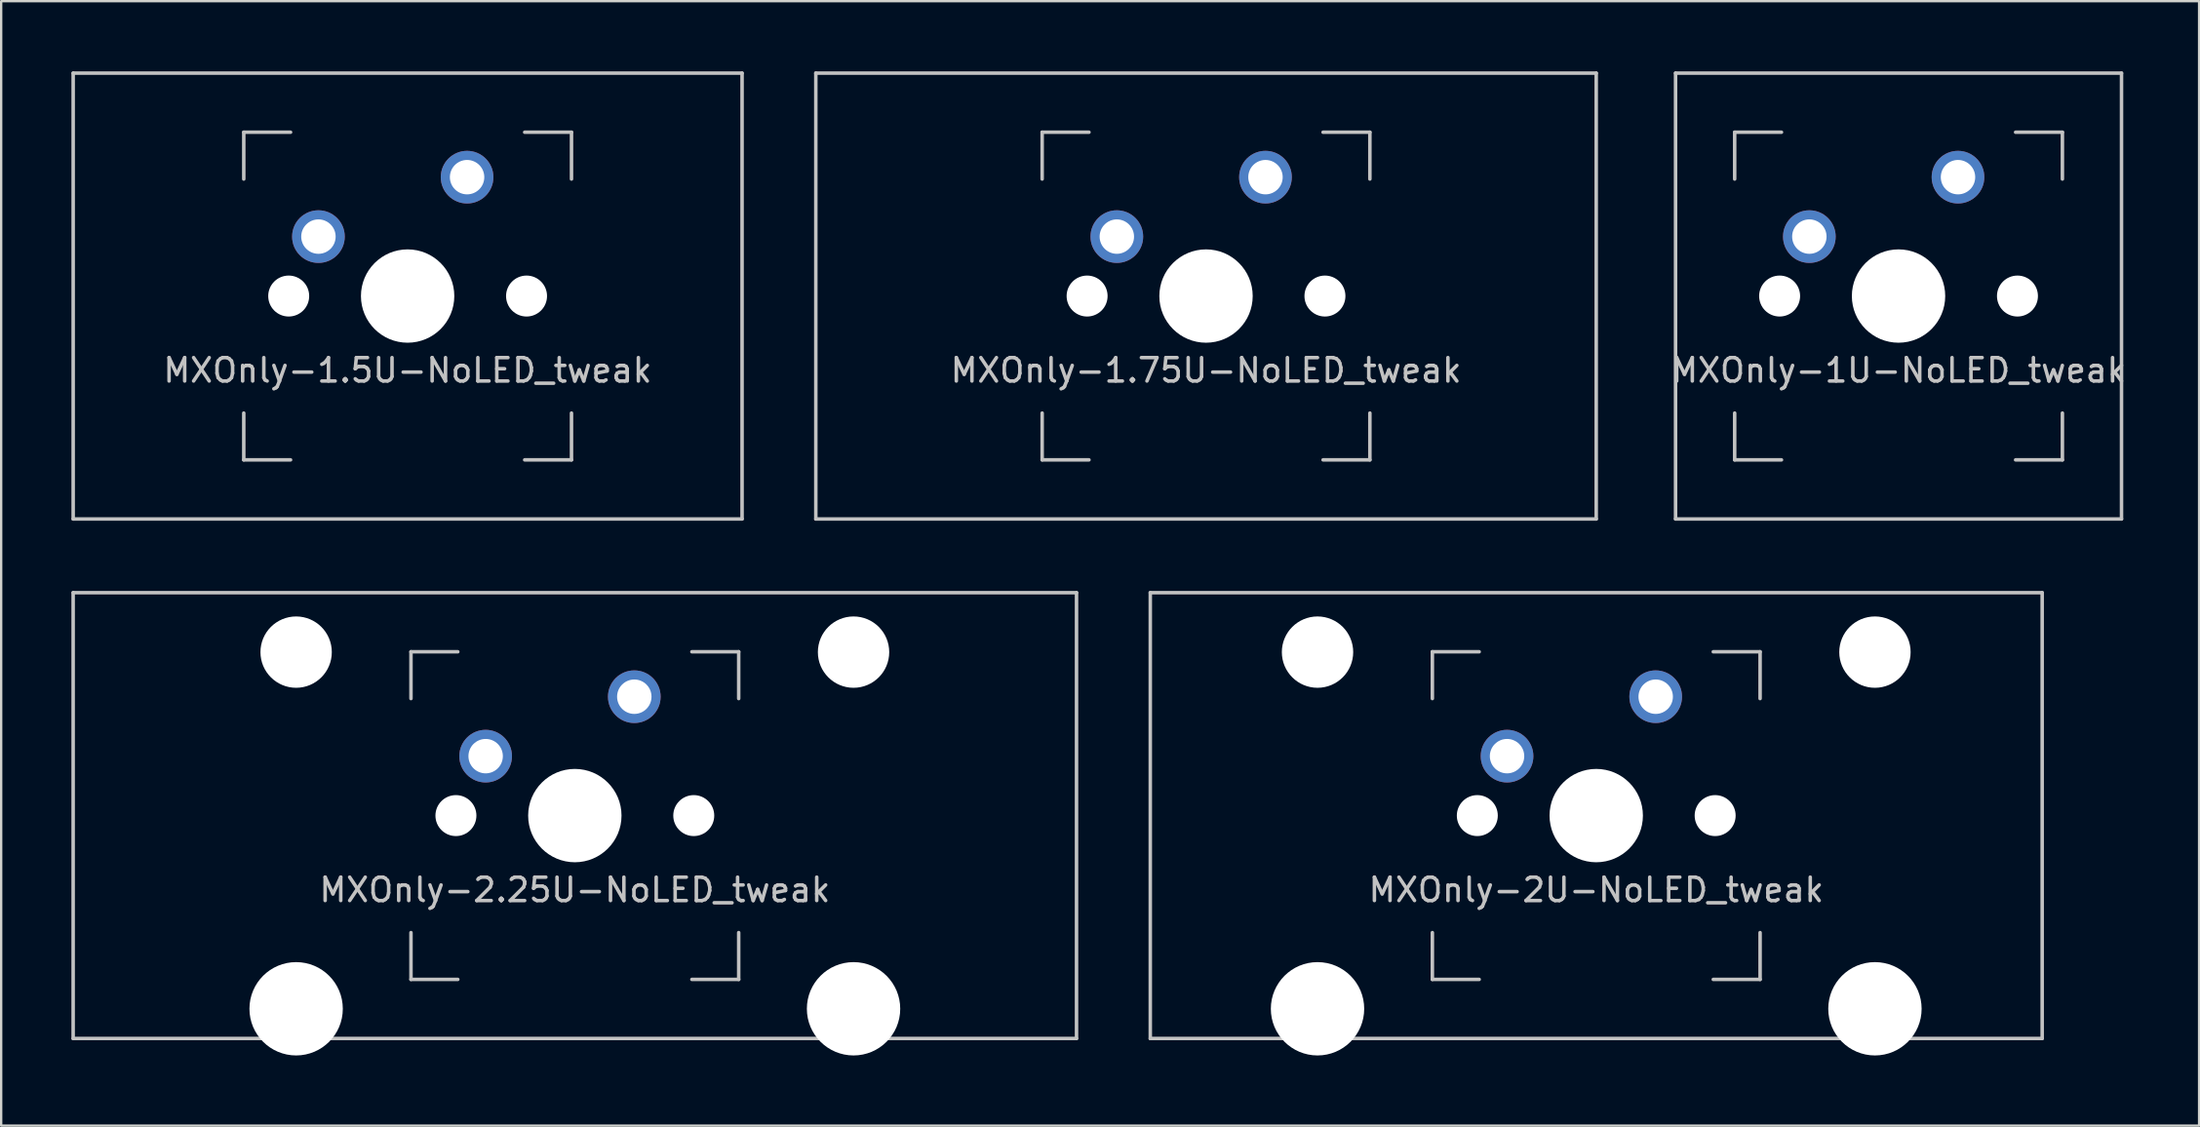
<source format=kicad_pcb>
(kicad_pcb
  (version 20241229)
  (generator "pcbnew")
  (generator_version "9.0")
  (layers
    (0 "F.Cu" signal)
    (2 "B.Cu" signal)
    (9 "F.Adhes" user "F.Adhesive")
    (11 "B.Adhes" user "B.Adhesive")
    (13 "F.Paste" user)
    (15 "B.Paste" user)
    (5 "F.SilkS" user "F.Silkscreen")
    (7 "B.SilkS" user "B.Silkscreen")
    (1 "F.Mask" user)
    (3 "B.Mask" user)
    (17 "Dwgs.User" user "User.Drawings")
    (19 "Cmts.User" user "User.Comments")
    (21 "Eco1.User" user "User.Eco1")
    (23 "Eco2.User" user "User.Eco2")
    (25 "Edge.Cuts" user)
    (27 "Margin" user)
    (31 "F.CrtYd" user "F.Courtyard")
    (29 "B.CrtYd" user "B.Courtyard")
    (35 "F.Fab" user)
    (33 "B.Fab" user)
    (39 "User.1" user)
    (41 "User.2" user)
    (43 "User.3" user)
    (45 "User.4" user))
  (footprint "MXOnly-2.25U-NoLED_tweak"
    (layer "F.Cu")
    (at 21.506 31.8)
    (property "Reference" "MXOnly-2.25U-NoLED_tweak" (at 0 3.175 0) (layer "Dwgs.User") (effects (font (size 1 1) (thickness 0.15))))
    (attr through_hole)
    (fp_line (start -21.431 -9.525) (end 21.431 -9.525) (stroke (width 0.15) (type solid)) (layer "Dwgs.User"))
    (fp_line (start -21.431 9.525) (end -21.431 -9.525) (stroke (width 0.15) (type solid)) (layer "Dwgs.User"))
    (fp_line (start -21.431 9.525) (end 21.431 9.525) (stroke (width 0.15) (type solid)) (layer "Dwgs.User"))
    (fp_line (start -7 -7) (end -7 -5) (stroke (width 0.15) (type solid)) (layer "Dwgs.User"))
    (fp_line (start -7 5) (end -7 7) (stroke (width 0.15) (type solid)) (layer "Dwgs.User"))
    (fp_line (start -7 7) (end -5 7) (stroke (width 0.15) (type solid)) (layer "Dwgs.User"))
    (fp_line (start -5 -7) (end -7 -7) (stroke (width 0.15) (type solid)) (layer "Dwgs.User"))
    (fp_line (start 5 -7) (end 7 -7) (stroke (width 0.15) (type solid)) (layer "Dwgs.User"))
    (fp_line (start 5 7) (end 7 7) (stroke (width 0.15) (type solid)) (layer "Dwgs.User"))
    (fp_line (start 7 -7) (end 7 -5) (stroke (width 0.15) (type solid)) (layer "Dwgs.User"))
    (fp_line (start 7 7) (end 7 5) (stroke (width 0.15) (type solid)) (layer "Dwgs.User"))
    (fp_line (start 21.431 -9.525) (end 21.431 9.525) (stroke (width 0.15) (type solid)) (layer "Dwgs.User"))
    (pad "" np_thru_hole circle (at -11.906 -6.985) (size 3.048 3.048) (drill 3.048) (layers "*.Cu" "*.Mask"))
    (pad "" np_thru_hole circle (at -11.906 8.255) (size 3.988 3.988) (drill 3.988) (layers "*.Cu" "*.Mask"))
    (pad "" np_thru_hole circle (at -5.08 0 48.1) (size 1.75 1.75) (drill 1.75) (layers "*.Cu" "*.Mask"))
    (pad "" np_thru_hole circle (at 0 0) (size 3.988 3.988) (drill 3.988) (layers "*.Cu" "*.Mask"))
    (pad "" np_thru_hole circle (at 5.08 0 48.1) (size 1.75 1.75) (drill 1.75) (layers "*.Cu" "*.Mask"))
    (pad "" np_thru_hole circle (at 11.906 -6.985) (size 3.048 3.048) (drill 3.048) (layers "*.Cu" "*.Mask"))
    (pad "" np_thru_hole circle (at 11.906 8.255) (size 3.988 3.988) (drill 3.988) (layers "*.Cu" "*.Mask"))
    (pad "1" thru_hole circle (at -3.81 -2.54) (size 2.25 2.25) (drill 1.47) (layers "*.Cu" "*.Mask"))
    (pad "2" thru_hole circle (at 2.54 -5.08) (size 2.25 2.25) (drill 1.47) (layers "*.Cu" "*.Mask")))
  (footprint "MXOnly-2U-NoLED_tweak"
    (layer "F.Cu")
    (at 65.138 31.8)
    (property "Reference" "MXOnly-2U-NoLED_tweak" (at 0 3.175 0) (layer "Dwgs.User") (effects (font (size 1 1) (thickness 0.15))))
    (attr through_hole)
    (fp_line (start -19.05 -9.525) (end 19.05 -9.525) (stroke (width 0.15) (type solid)) (layer "Dwgs.User"))
    (fp_line (start -19.05 9.525) (end -19.05 -9.525) (stroke (width 0.15) (type solid)) (layer "Dwgs.User"))
    (fp_line (start -19.05 9.525) (end 19.05 9.525) (stroke (width 0.15) (type solid)) (layer "Dwgs.User"))
    (fp_line (start -7 -7) (end -7 -5) (stroke (width 0.15) (type solid)) (layer "Dwgs.User"))
    (fp_line (start -7 5) (end -7 7) (stroke (width 0.15) (type solid)) (layer "Dwgs.User"))
    (fp_line (start -7 7) (end -5 7) (stroke (width 0.15) (type solid)) (layer "Dwgs.User"))
    (fp_line (start -5 -7) (end -7 -7) (stroke (width 0.15) (type solid)) (layer "Dwgs.User"))
    (fp_line (start 5 -7) (end 7 -7) (stroke (width 0.15) (type solid)) (layer "Dwgs.User"))
    (fp_line (start 5 7) (end 7 7) (stroke (width 0.15) (type solid)) (layer "Dwgs.User"))
    (fp_line (start 7 -7) (end 7 -5) (stroke (width 0.15) (type solid)) (layer "Dwgs.User"))
    (fp_line (start 7 7) (end 7 5) (stroke (width 0.15) (type solid)) (layer "Dwgs.User"))
    (fp_line (start 19.05 -9.525) (end 19.05 9.525) (stroke (width 0.15) (type solid)) (layer "Dwgs.User"))
    (pad "" np_thru_hole circle (at -11.906 -6.985) (size 3.048 3.048) (drill 3.048) (layers "*.Cu" "*.Mask"))
    (pad "" np_thru_hole circle (at -11.906 8.255) (size 3.988 3.988) (drill 3.988) (layers "*.Cu" "*.Mask"))
    (pad "" np_thru_hole circle (at -5.08 0 48.1) (size 1.75 1.75) (drill 1.75) (layers "*.Cu" "*.Mask"))
    (pad "" np_thru_hole circle (at 0 0) (size 3.988 3.988) (drill 3.988) (layers "*.Cu" "*.Mask"))
    (pad "" np_thru_hole circle (at 5.08 0 48.1) (size 1.75 1.75) (drill 1.75) (layers "*.Cu" "*.Mask"))
    (pad "" np_thru_hole circle (at 11.906 -6.985) (size 3.048 3.048) (drill 3.048) (layers "*.Cu" "*.Mask"))
    (pad "" np_thru_hole circle (at 11.906 8.255) (size 3.988 3.988) (drill 3.988) (layers "*.Cu" "*.Mask"))
    (pad "1" thru_hole circle (at -3.81 -2.54) (size 2.25 2.25) (drill 1.47) (layers "*.Cu" "*.Mask"))
    (pad "2" thru_hole circle (at 2.54 -5.08) (size 2.25 2.25) (drill 1.47) (layers "*.Cu" "*.Mask")))
  (footprint "MXOnly-1U-NoLED_tweak"
    (layer "F.Cu")
    (at 78.052 9.6)
    (property "Reference" "MXOnly-1U-NoLED_tweak" (at 0 3.175 0) (layer "Dwgs.User") (effects (font (size 1 1) (thickness 0.15))))
    (attr through_hole)
    (fp_line (start -9.525 -9.525) (end 9.525 -9.525) (stroke (width 0.15) (type solid)) (layer "Dwgs.User"))
    (fp_line (start -9.525 9.525) (end -9.525 -9.525) (stroke (width 0.15) (type solid)) (layer "Dwgs.User"))
    (fp_line (start -7 -7) (end -7 -5) (stroke (width 0.15) (type solid)) (layer "Dwgs.User"))
    (fp_line (start -7 5) (end -7 7) (stroke (width 0.15) (type solid)) (layer "Dwgs.User"))
    (fp_line (start -7 7) (end -5 7) (stroke (width 0.15) (type solid)) (layer "Dwgs.User"))
    (fp_line (start -5 -7) (end -7 -7) (stroke (width 0.15) (type solid)) (layer "Dwgs.User"))
    (fp_line (start 5 -7) (end 7 -7) (stroke (width 0.15) (type solid)) (layer "Dwgs.User"))
    (fp_line (start 5 7) (end 7 7) (stroke (width 0.15) (type solid)) (layer "Dwgs.User"))
    (fp_line (start 7 -7) (end 7 -5) (stroke (width 0.15) (type solid)) (layer "Dwgs.User"))
    (fp_line (start 7 7) (end 7 5) (stroke (width 0.15) (type solid)) (layer "Dwgs.User"))
    (fp_line (start 9.525 -9.525) (end 9.525 9.525) (stroke (width 0.15) (type solid)) (layer "Dwgs.User"))
    (fp_line (start 9.525 9.525) (end -9.525 9.525) (stroke (width 0.15) (type solid)) (layer "Dwgs.User"))
    (pad "" np_thru_hole circle (at -5.08 0 48.1) (size 1.75 1.75) (drill 1.75) (layers "*.Cu" "*.Mask"))
    (pad "" np_thru_hole circle (at 0 0) (size 3.988 3.988) (drill 3.988) (layers "*.Cu" "*.Mask"))
    (pad "" np_thru_hole circle (at 5.08 0 48.1) (size 1.75 1.75) (drill 1.75) (layers "*.Cu" "*.Mask"))
    (pad "1" thru_hole circle (at -3.81 -2.54) (size 2.25 2.25) (drill 1.47) (layers "*.Cu" "*.Mask"))
    (pad "2" thru_hole circle (at 2.54 -5.08) (size 2.25 2.25) (drill 1.47) (layers "*.Cu" "*.Mask")))
  (footprint "MXOnly-1.75U-NoLED_tweak"
    (layer "F.Cu")
    (at 48.469 9.6)
    (property "Reference" "MXOnly-1.75U-NoLED_tweak" (at 0 3.175 0) (layer "Dwgs.User") (effects (font (size 1 1) (thickness 0.15))))
    (attr through_hole)
    (fp_line (start -16.669 -9.525) (end 16.669 -9.525) (stroke (width 0.15) (type solid)) (layer "Dwgs.User"))
    (fp_line (start -16.669 9.525) (end -16.669 -9.525) (stroke (width 0.15) (type solid)) (layer "Dwgs.User"))
    (fp_line (start -16.669 9.525) (end 16.669 9.525) (stroke (width 0.15) (type solid)) (layer "Dwgs.User"))
    (fp_line (start -7 -7) (end -7 -5) (stroke (width 0.15) (type solid)) (layer "Dwgs.User"))
    (fp_line (start -7 5) (end -7 7) (stroke (width 0.15) (type solid)) (layer "Dwgs.User"))
    (fp_line (start -7 7) (end -5 7) (stroke (width 0.15) (type solid)) (layer "Dwgs.User"))
    (fp_line (start -5 -7) (end -7 -7) (stroke (width 0.15) (type solid)) (layer "Dwgs.User"))
    (fp_line (start 5 -7) (end 7 -7) (stroke (width 0.15) (type solid)) (layer "Dwgs.User"))
    (fp_line (start 5 7) (end 7 7) (stroke (width 0.15) (type solid)) (layer "Dwgs.User"))
    (fp_line (start 7 -7) (end 7 -5) (stroke (width 0.15) (type solid)) (layer "Dwgs.User"))
    (fp_line (start 7 7) (end 7 5) (stroke (width 0.15) (type solid)) (layer "Dwgs.User"))
    (fp_line (start 16.669 -9.525) (end 16.669 9.525) (stroke (width 0.15) (type solid)) (layer "Dwgs.User"))
    (pad "" np_thru_hole circle (at -5.08 0 48.1) (size 1.75 1.75) (drill 1.75) (layers "*.Cu" "*.Mask"))
    (pad "" np_thru_hole circle (at 0 0) (size 3.988 3.988) (drill 3.988) (layers "*.Cu" "*.Mask"))
    (pad "" np_thru_hole circle (at 5.08 0 48.1) (size 1.75 1.75) (drill 1.75) (layers "*.Cu" "*.Mask"))
    (pad "1" thru_hole circle (at -3.81 -2.54) (size 2.25 2.25) (drill 1.47) (layers "*.Cu" "*.Mask"))
    (pad "2" thru_hole circle (at 2.54 -5.08) (size 2.25 2.25) (drill 1.47) (layers "*.Cu" "*.Mask")))
  (footprint "MXOnly-1.5U-NoLED_tweak"
    (layer "F.Cu")
    (at 14.363 9.6)
    (property "Reference" "MXOnly-1.5U-NoLED_tweak" (at 0 3.175 0) (layer "Dwgs.User") (effects (font (size 1 1) (thickness 0.15))))
    (attr through_hole)
    (fp_line (start -14.287 -9.525) (end 14.287 -9.525) (stroke (width 0.15) (type solid)) (layer "Dwgs.User"))
    (fp_line (start -14.287 9.525) (end -14.287 -9.525) (stroke (width 0.15) (type solid)) (layer "Dwgs.User"))
    (fp_line (start -14.287 9.525) (end 14.287 9.525) (stroke (width 0.15) (type solid)) (layer "Dwgs.User"))
    (fp_line (start -7 -7) (end -7 -5) (stroke (width 0.15) (type solid)) (layer "Dwgs.User"))
    (fp_line (start -7 5) (end -7 7) (stroke (width 0.15) (type solid)) (layer "Dwgs.User"))
    (fp_line (start -7 7) (end -5 7) (stroke (width 0.15) (type solid)) (layer "Dwgs.User"))
    (fp_line (start -5 -7) (end -7 -7) (stroke (width 0.15) (type solid)) (layer "Dwgs.User"))
    (fp_line (start 5 -7) (end 7 -7) (stroke (width 0.15) (type solid)) (layer "Dwgs.User"))
    (fp_line (start 5 7) (end 7 7) (stroke (width 0.15) (type solid)) (layer "Dwgs.User"))
    (fp_line (start 7 -7) (end 7 -5) (stroke (width 0.15) (type solid)) (layer "Dwgs.User"))
    (fp_line (start 7 7) (end 7 5) (stroke (width 0.15) (type solid)) (layer "Dwgs.User"))
    (fp_line (start 14.287 -9.525) (end 14.287 9.525) (stroke (width 0.15) (type solid)) (layer "Dwgs.User"))
    (pad "" np_thru_hole circle (at -5.08 0 48.1) (size 1.75 1.75) (drill 1.75) (layers "*.Cu" "*.Mask"))
    (pad "" np_thru_hole circle (at 0 0) (size 3.988 3.988) (drill 3.988) (layers "*.Cu" "*.Mask"))
    (pad "" np_thru_hole circle (at 5.08 0 48.1) (size 1.75 1.75) (drill 1.75) (layers "*.Cu" "*.Mask"))
    (pad "1" thru_hole circle (at -3.81 -2.54) (size 2.25 2.25) (drill 1.47) (layers "*.Cu" "*.Mask"))
    (pad "2" thru_hole circle (at 2.54 -5.08) (size 2.25 2.25) (drill 1.47) (layers "*.Cu" "*.Mask")))
  (gr_rect
    (start -3 -3)
    (end 90.891 45.049)
    (stroke (width 0.1) (type default))
    (fill no)
    (layer "Edge.Cuts")))
</source>
